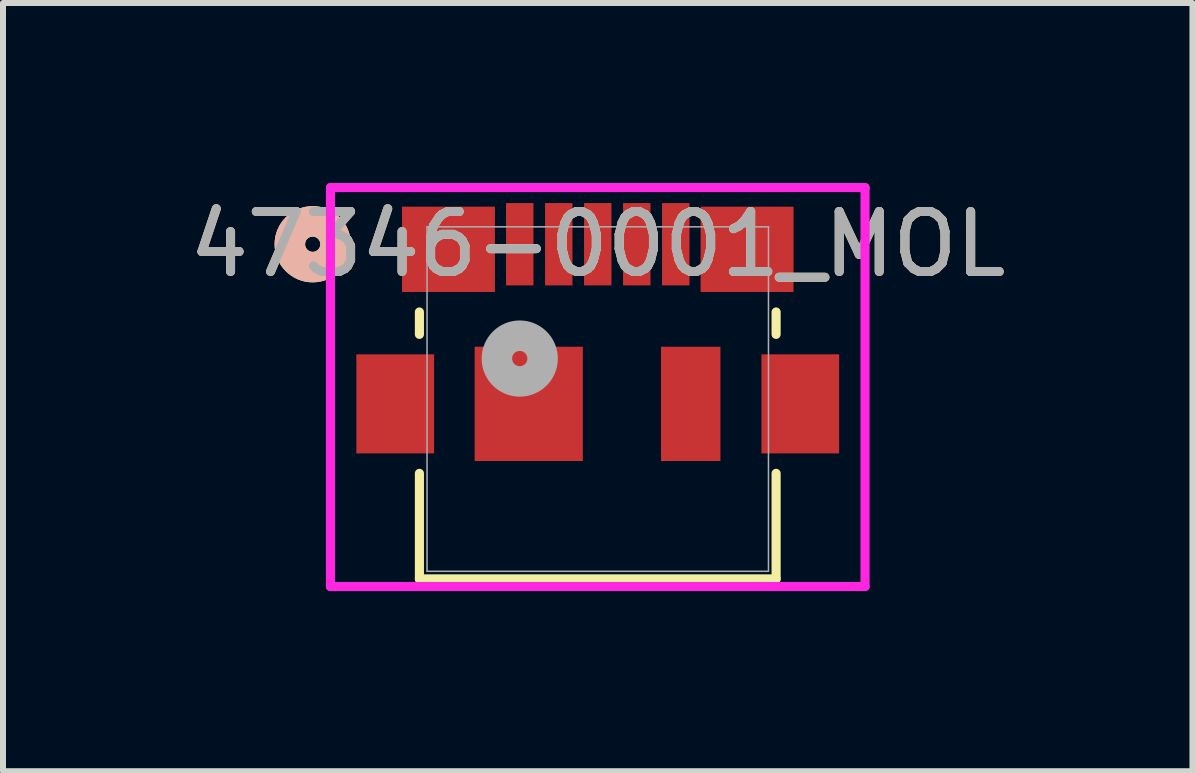
<source format=kicad_pcb>
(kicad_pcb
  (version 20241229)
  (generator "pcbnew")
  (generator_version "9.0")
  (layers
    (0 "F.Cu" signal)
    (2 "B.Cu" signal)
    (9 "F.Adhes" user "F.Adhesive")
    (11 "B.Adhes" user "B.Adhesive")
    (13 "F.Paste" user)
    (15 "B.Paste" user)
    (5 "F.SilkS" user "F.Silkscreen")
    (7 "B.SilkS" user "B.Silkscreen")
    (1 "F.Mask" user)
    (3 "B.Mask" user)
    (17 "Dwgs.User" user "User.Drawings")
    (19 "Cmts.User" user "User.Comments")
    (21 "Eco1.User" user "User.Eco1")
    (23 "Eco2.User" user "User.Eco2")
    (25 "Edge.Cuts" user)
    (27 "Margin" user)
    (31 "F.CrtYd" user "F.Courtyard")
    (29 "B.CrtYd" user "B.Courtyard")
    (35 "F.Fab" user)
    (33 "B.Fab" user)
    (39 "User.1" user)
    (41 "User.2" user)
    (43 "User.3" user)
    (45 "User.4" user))
  (footprint "47346-0001_MOL"
    (layer "F.Cu")
    (at 6.911 3.6)
    (property "Reference" "47346-0001_MOL" (at 0 -2.58 0) (unlocked yes) (layer "F.SilkS") (effects (font (size 1 1) (thickness 0.15))))
    (attr smd)
    (fp_line (start -2.972 -1.451) (end -2.972 -1.078) (stroke (width 0.152) (type solid)) (layer "F.SilkS"))
    (fp_line (start -2.972 1.238) (end -2.972 2.997) (stroke (width 0.152) (type solid)) (layer "F.SilkS"))
    (fp_line (start -2.972 2.997) (end 2.972 2.997) (stroke (width 0.152) (type solid)) (layer "F.SilkS"))
    (fp_line (start 2.972 -1.078) (end 2.972 -1.451) (stroke (width 0.152) (type solid)) (layer "F.SilkS"))
    (fp_line (start 2.972 2.997) (end 2.972 1.238) (stroke (width 0.152) (type solid)) (layer "F.SilkS"))
    (fp_circle (center -4.75 -2.58) (end -4.369 -2.58) (stroke (width 0.508) (type solid)) (fill no) (layer "F.SilkS"))
    (fp_circle (center -4.75 -2.58) (end -4.369 -2.58) (stroke (width 0.508) (type solid)) (fill no) (layer "B.SilkS"))
    (fp_line (start -4.454 -3.524) (end -4.454 3.124) (stroke (width 0.152) (type solid)) (layer "F.CrtYd"))
    (fp_line (start -4.454 3.124) (end 4.454 3.124) (stroke (width 0.152) (type solid)) (layer "F.CrtYd"))
    (fp_line (start 4.454 -3.524) (end -4.454 -3.524) (stroke (width 0.152) (type solid)) (layer "F.CrtYd"))
    (fp_line (start 4.454 3.124) (end 4.454 -3.524) (stroke (width 0.152) (type solid)) (layer "F.CrtYd"))
    (fp_line (start -2.845 -2.87) (end -2.845 2.87) (stroke (width 0.025) (type solid)) (layer "F.Fab"))
    (fp_line (start -2.845 2.87) (end 2.845 2.87) (stroke (width 0.025) (type solid)) (layer "F.Fab"))
    (fp_line (start 2.845 -2.87) (end -2.845 -2.87) (stroke (width 0.025) (type solid)) (layer "F.Fab"))
    (fp_line (start 2.845 2.87) (end 2.845 -2.87) (stroke (width 0.025) (type solid)) (layer "F.Fab"))
    (fp_circle (center -1.3 -0.675) (end -0.919 -0.675) (stroke (width 0.508) (type solid)) (fill no) (layer "F.Fab"))
    (fp_text user "${REFERENCE}" (at 0 -2.58 0) (unlocked yes) (layer "F.Fab") (effects (font (size 1 1) (thickness 0.15))))
    (pad "1" smd rect (at -1.3 -2.58) (size 0.457 1.372) (layers "F.Cu" "F.Mask" "F.Paste"))
    (pad "2" smd rect (at -0.65 -2.58) (size 0.457 1.372) (layers "F.Cu" "F.Mask" "F.Paste"))
    (pad "3" smd rect (at 0 -2.58) (size 0.457 1.372) (layers "F.Cu" "F.Mask" "F.Paste"))
    (pad "4" smd rect (at 0.65 -2.58) (size 0.457 1.372) (layers "F.Cu" "F.Mask" "F.Paste"))
    (pad "5" smd rect (at 1.3 -2.58) (size 0.457 1.372) (layers "F.Cu" "F.Mask" "F.Paste"))
    (pad "6" smd rect (at -2.488 -2.495 90) (size 1.422 1.549) (layers "F.Cu" "F.Mask" "F.Paste"))
    (pad "7" smd rect (at 2.488 -2.495 90) (size 1.422 1.549) (layers "F.Cu" "F.Mask" "F.Paste"))
    (pad "8" smd rect (at -3.375 0.08 90) (size 1.651 1.295) (layers "F.Cu" "F.Mask" "F.Paste"))
    (pad "9" smd rect (at 3.375 0.08 90) (size 1.651 1.295) (layers "F.Cu" "F.Mask" "F.Paste"))
    (pad "10" smd rect (at -1.15 0.08) (size 1.803 1.905) (layers "F.Cu" "F.Mask" "F.Paste"))
    (pad "11" smd rect (at 1.549 0.08) (size 0.991 1.905) (layers "F.Cu" "F.Mask" "F.Paste")))
  (gr_rect
    (start -3 -3)
    (end 16.821 9.801)
    (stroke (width 0.1) (type default))
    (fill no)
    (layer "Edge.Cuts")))
</source>
